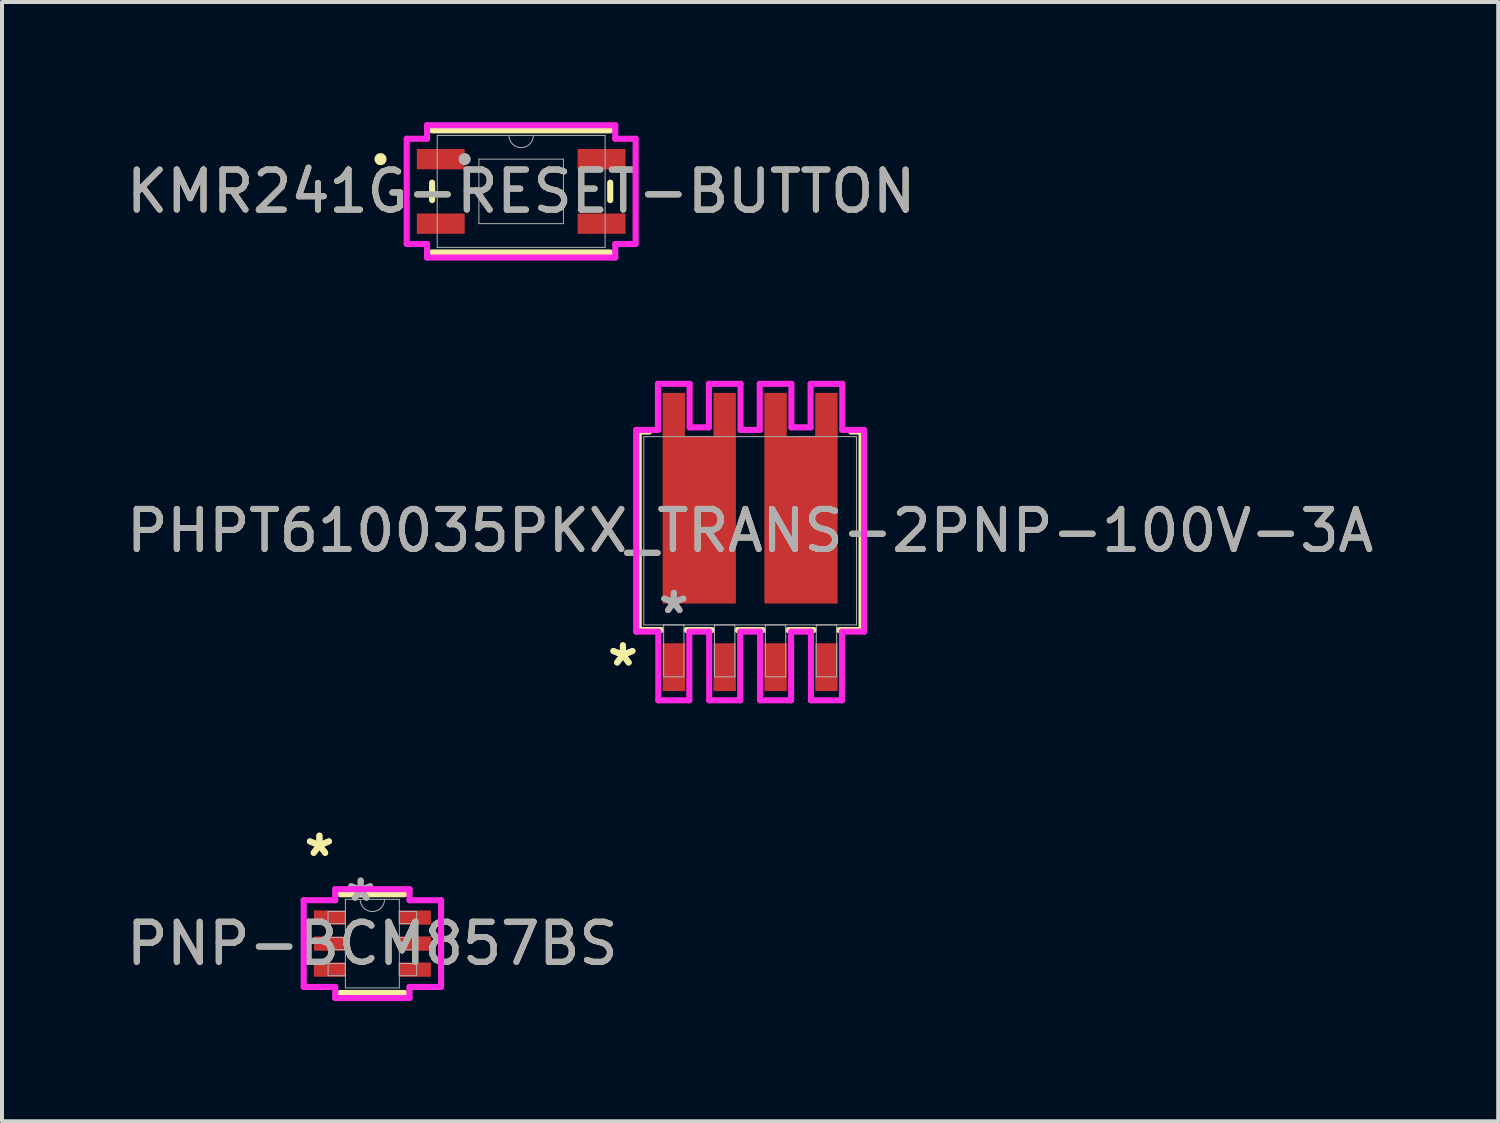
<source format=kicad_pcb>
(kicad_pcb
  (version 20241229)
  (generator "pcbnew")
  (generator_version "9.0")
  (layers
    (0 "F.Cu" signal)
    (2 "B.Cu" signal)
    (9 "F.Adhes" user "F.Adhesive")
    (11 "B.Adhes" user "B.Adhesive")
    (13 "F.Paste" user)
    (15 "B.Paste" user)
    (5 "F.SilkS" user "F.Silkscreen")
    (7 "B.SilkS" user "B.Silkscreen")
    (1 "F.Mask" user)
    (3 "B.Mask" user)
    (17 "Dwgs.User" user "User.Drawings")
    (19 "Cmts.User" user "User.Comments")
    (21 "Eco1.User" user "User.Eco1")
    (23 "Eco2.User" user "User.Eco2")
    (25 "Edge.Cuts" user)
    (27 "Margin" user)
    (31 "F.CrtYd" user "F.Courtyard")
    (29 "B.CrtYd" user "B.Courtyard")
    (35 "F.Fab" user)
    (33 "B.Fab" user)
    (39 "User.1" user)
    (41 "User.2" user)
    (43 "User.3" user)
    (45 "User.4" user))
  (footprint "PNP-BCM857BS"
    (layer "F.Cu")
    (at 6.244 20.502)
    (property "Reference" "PNP-BCM857BS" (at 0 0 0) (unlocked yes) (layer "F.SilkS") (effects (font (size 1 1) (thickness 0.15))))
    (attr smd)
    (fp_line (start -0.8 1.232) (end 0.8 1.232) (stroke (width 0.152) (type solid)) (layer "F.SilkS"))
    (fp_line (start 0.8 -1.232) (end -0.8 -1.232) (stroke (width 0.152) (type solid)) (layer "F.SilkS"))
    (fp_line (start -1.714 -1.082) (end -0.927 -1.082) (stroke (width 0.152) (type solid)) (layer "F.CrtYd"))
    (fp_line (start -1.714 1.082) (end -1.714 -1.082) (stroke (width 0.152) (type solid)) (layer "F.CrtYd"))
    (fp_line (start -1.714 1.082) (end -0.927 1.082) (stroke (width 0.152) (type solid)) (layer "F.CrtYd"))
    (fp_line (start -0.927 -1.359) (end 0.927 -1.359) (stroke (width 0.152) (type solid)) (layer "F.CrtYd"))
    (fp_line (start -0.927 -1.082) (end -0.927 -1.359) (stroke (width 0.152) (type solid)) (layer "F.CrtYd"))
    (fp_line (start -0.927 1.359) (end -0.927 1.082) (stroke (width 0.152) (type solid)) (layer "F.CrtYd"))
    (fp_line (start 0.927 -1.359) (end 0.927 -1.082) (stroke (width 0.152) (type solid)) (layer "F.CrtYd"))
    (fp_line (start 0.927 1.082) (end 0.927 1.359) (stroke (width 0.152) (type solid)) (layer "F.CrtYd"))
    (fp_line (start 0.927 1.359) (end -0.927 1.359) (stroke (width 0.152) (type solid)) (layer "F.CrtYd"))
    (fp_line (start 1.714 -1.082) (end 0.927 -1.082) (stroke (width 0.152) (type solid)) (layer "F.CrtYd"))
    (fp_line (start 1.714 -1.082) (end 1.714 1.082) (stroke (width 0.152) (type solid)) (layer "F.CrtYd"))
    (fp_line (start 1.714 1.082) (end 0.927 1.082) (stroke (width 0.152) (type solid)) (layer "F.CrtYd"))
    (fp_line (start -1.105 -0.802) (end -1.105 -0.498) (stroke (width 0.025) (type solid)) (layer "F.Fab"))
    (fp_line (start -1.105 -0.498) (end -0.673 -0.498) (stroke (width 0.025) (type solid)) (layer "F.Fab"))
    (fp_line (start -1.105 -0.152) (end -1.105 0.152) (stroke (width 0.025) (type solid)) (layer "F.Fab"))
    (fp_line (start -1.105 0.152) (end -0.673 0.152) (stroke (width 0.025) (type solid)) (layer "F.Fab"))
    (fp_line (start -1.105 0.498) (end -1.105 0.802) (stroke (width 0.025) (type solid)) (layer "F.Fab"))
    (fp_line (start -1.105 0.802) (end -0.673 0.802) (stroke (width 0.025) (type solid)) (layer "F.Fab"))
    (fp_line (start -0.673 -1.105) (end -0.673 1.105) (stroke (width 0.025) (type solid)) (layer "F.Fab"))
    (fp_line (start -0.673 -0.802) (end -1.105 -0.802) (stroke (width 0.025) (type solid)) (layer "F.Fab"))
    (fp_line (start -0.673 -0.498) (end -0.673 -0.802) (stroke (width 0.025) (type solid)) (layer "F.Fab"))
    (fp_line (start -0.673 -0.152) (end -1.105 -0.152) (stroke (width 0.025) (type solid)) (layer "F.Fab"))
    (fp_line (start -0.673 0.152) (end -0.673 -0.152) (stroke (width 0.025) (type solid)) (layer "F.Fab"))
    (fp_line (start -0.673 0.498) (end -1.105 0.498) (stroke (width 0.025) (type solid)) (layer "F.Fab"))
    (fp_line (start -0.673 0.802) (end -0.673 0.498) (stroke (width 0.025) (type solid)) (layer "F.Fab"))
    (fp_line (start -0.673 1.105) (end 0.673 1.105) (stroke (width 0.025) (type solid)) (layer "F.Fab"))
    (fp_line (start 0.673 -1.105) (end -0.673 -1.105) (stroke (width 0.025) (type solid)) (layer "F.Fab"))
    (fp_line (start 0.673 -0.802) (end 0.673 -0.498) (stroke (width 0.025) (type solid)) (layer "F.Fab"))
    (fp_line (start 0.673 -0.498) (end 1.105 -0.498) (stroke (width 0.025) (type solid)) (layer "F.Fab"))
    (fp_line (start 0.673 -0.152) (end 0.673 0.152) (stroke (width 0.025) (type solid)) (layer "F.Fab"))
    (fp_line (start 0.673 0.152) (end 1.105 0.152) (stroke (width 0.025) (type solid)) (layer "F.Fab"))
    (fp_line (start 0.673 0.498) (end 0.673 0.802) (stroke (width 0.025) (type solid)) (layer "F.Fab"))
    (fp_line (start 0.673 0.802) (end 1.105 0.802) (stroke (width 0.025) (type solid)) (layer "F.Fab"))
    (fp_line (start 0.673 1.105) (end 0.673 -1.105) (stroke (width 0.025) (type solid)) (layer "F.Fab"))
    (fp_line (start 1.105 -0.802) (end 0.673 -0.802) (stroke (width 0.025) (type solid)) (layer "F.Fab"))
    (fp_line (start 1.105 -0.498) (end 1.105 -0.802) (stroke (width 0.025) (type solid)) (layer "F.Fab"))
    (fp_line (start 1.105 -0.152) (end 0.673 -0.152) (stroke (width 0.025) (type solid)) (layer "F.Fab"))
    (fp_line (start 1.105 0.152) (end 1.105 -0.152) (stroke (width 0.025) (type solid)) (layer "F.Fab"))
    (fp_line (start 1.105 0.498) (end 0.673 0.498) (stroke (width 0.025) (type solid)) (layer "F.Fab"))
    (fp_line (start 1.105 0.802) (end 1.105 0.498) (stroke (width 0.025) (type solid)) (layer "F.Fab"))
    (fp_arc (start 0.3048 -1.1049) (mid 0 -0.8001) (end -0.3048 -1.1049) (stroke (width 0.0254) (type solid)) (layer "F.Fab"))
    (fp_text user "*" (at -1.321 -2.149 0) (layer "F.SilkS") (effects (font (size 1 1) (thickness 0.15))))
    (fp_text user "*" (at -1.321 -2.149 0) (unlocked yes) (layer "F.SilkS") (effects (font (size 1 1) (thickness 0.15))))
    (fp_text user "${REFERENCE}" (at 0 0 0) (unlocked yes) (layer "F.Fab") (effects (font (size 1 1) (thickness 0.15))))
    (fp_text user "*" (at -0.292 -1.029 0) (unlocked yes) (layer "F.Fab") (effects (font (size 1 1) (thickness 0.15))))
    (fp_text user "*" (at -0.292 -1.029 0) (layer "F.Fab") (effects (font (size 1 1) (thickness 0.15))))
    (pad "1" smd rect (at -1.067 -0.65) (size 0.787 0.356) (layers "F.Cu" "F.Mask" "F.Paste"))
    (pad "2" smd rect (at -1.067 0) (size 0.787 0.356) (layers "F.Cu" "F.Mask" "F.Paste"))
    (pad "3" smd rect (at -1.067 0.65) (size 0.787 0.356) (layers "F.Cu" "F.Mask" "F.Paste"))
    (pad "4" smd rect (at 1.067 0.65) (size 0.787 0.356) (layers "F.Cu" "F.Mask" "F.Paste"))
    (pad "5" smd rect (at 1.067 0) (size 0.787 0.356) (layers "F.Cu" "F.Mask" "F.Paste"))
    (pad "6" smd rect (at 1.067 -0.65) (size 0.787 0.356) (layers "F.Cu" "F.Mask" "F.Paste")))
  (footprint "PHPT610035PKX_TRANS-2PNP-100V-3A"
    (layer "F.Cu")
    (at 15.673 10.198)
    (property "Reference" "PHPT610035PKX_TRANS-2PNP-100V-3A" (at 0 0 0) (unlocked yes) (layer "F.SilkS") (effects (font (size 1 1) (thickness 0.15))))
    (attr smd)
    (fp_poly (pts (xy -2.184 1.816) (xy -0.356 1.816) (xy -0.356 -2.349) (xy -2.184 -2.349)) (stroke (width 0) (type solid)) (fill yes) (layer "F.Cu"))
    (fp_poly (pts (xy 0.356 1.816) (xy 2.184 1.816) (xy 2.184 -2.349) (xy 0.356 -2.349)) (stroke (width 0) (type solid)) (fill yes) (layer "F.Cu"))
    (fp_poly (pts (xy -2.184 1.816) (xy -0.356 1.816) (xy -0.356 -2.349) (xy -2.184 -2.349)) (stroke (width 0) (type solid)) (fill yes) (layer "F.Mask"))
    (fp_poly (pts (xy 0.356 1.816) (xy 2.184 1.816) (xy 2.184 -2.349) (xy 0.356 -2.349)) (stroke (width 0) (type solid)) (fill yes) (layer "F.Mask"))
    (fp_line (start -2.781 -2.477) (end -2.781 2.477) (stroke (width 0.152) (type solid)) (layer "F.SilkS"))
    (fp_line (start -2.781 2.477) (end -2.225 2.477) (stroke (width 0.152) (type solid)) (layer "F.SilkS"))
    (fp_line (start -2.517 -2.477) (end -2.781 -2.477) (stroke (width 0.152) (type solid)) (layer "F.SilkS"))
    (fp_line (start -1.585 2.477) (end -0.955 2.477) (stroke (width 0.152) (type solid)) (layer "F.SilkS"))
    (fp_line (start -0.315 2.477) (end 0.315 2.477) (stroke (width 0.152) (type solid)) (layer "F.SilkS"))
    (fp_line (start 0.955 2.477) (end 1.585 2.477) (stroke (width 0.152) (type solid)) (layer "F.SilkS"))
    (fp_line (start 2.225 2.477) (end 2.781 2.477) (stroke (width 0.152) (type solid)) (layer "F.SilkS"))
    (fp_line (start 2.781 -2.477) (end 2.517 -2.477) (stroke (width 0.152) (type solid)) (layer "F.SilkS"))
    (fp_line (start 2.781 2.477) (end 2.781 -2.477) (stroke (width 0.152) (type solid)) (layer "F.SilkS"))
    (fp_poly (pts (xy -2.184 1.816) (xy -0.356 1.816) (xy -0.356 -2.349) (xy -2.184 -2.349)) (stroke (width 0) (type solid)) (fill yes) (layer "F.Paste"))
    (fp_poly (pts (xy 0.356 1.816) (xy 2.184 1.816) (xy 2.184 -2.349) (xy 0.356 -2.349)) (stroke (width 0) (type solid)) (fill yes) (layer "F.Paste"))
    (fp_line (start -2.844 -2.518) (end -2.844 2.518) (stroke (width 0.152) (type solid)) (layer "F.CrtYd"))
    (fp_line (start -2.844 2.518) (end -2.292 2.518) (stroke (width 0.152) (type solid)) (layer "F.CrtYd"))
    (fp_line (start -2.3 -3.668) (end -2.3 -2.518) (stroke (width 0.152) (type solid)) (layer "F.CrtYd"))
    (fp_line (start -2.3 -2.518) (end -2.844 -2.518) (stroke (width 0.152) (type solid)) (layer "F.CrtYd"))
    (fp_line (start -2.292 2.518) (end -2.292 4.231) (stroke (width 0.152) (type solid)) (layer "F.CrtYd"))
    (fp_line (start -2.292 4.231) (end -1.518 4.231) (stroke (width 0.152) (type solid)) (layer "F.CrtYd"))
    (fp_line (start -1.518 2.518) (end -1.022 2.518) (stroke (width 0.152) (type solid)) (layer "F.CrtYd"))
    (fp_line (start -1.518 4.231) (end -1.518 2.518) (stroke (width 0.152) (type solid)) (layer "F.CrtYd"))
    (fp_line (start -1.51 -3.668) (end -2.3 -3.668) (stroke (width 0.152) (type solid)) (layer "F.CrtYd"))
    (fp_line (start -1.51 -2.582) (end -1.51 -3.668) (stroke (width 0.152) (type solid)) (layer "F.CrtYd"))
    (fp_line (start -1.03 -3.668) (end -1.03 -2.582) (stroke (width 0.152) (type solid)) (layer "F.CrtYd"))
    (fp_line (start -1.03 -2.582) (end -1.51 -2.582) (stroke (width 0.152) (type solid)) (layer "F.CrtYd"))
    (fp_line (start -1.022 2.518) (end -1.022 4.231) (stroke (width 0.152) (type solid)) (layer "F.CrtYd"))
    (fp_line (start -1.022 4.231) (end -0.248 4.231) (stroke (width 0.152) (type solid)) (layer "F.CrtYd"))
    (fp_line (start -0.248 2.518) (end 0.248 2.518) (stroke (width 0.152) (type solid)) (layer "F.CrtYd"))
    (fp_line (start -0.248 4.231) (end -0.248 2.518) (stroke (width 0.152) (type solid)) (layer "F.CrtYd"))
    (fp_line (start -0.24 -3.668) (end -1.03 -3.668) (stroke (width 0.152) (type solid)) (layer "F.CrtYd"))
    (fp_line (start -0.24 -2.518) (end -0.24 -3.668) (stroke (width 0.152) (type solid)) (layer "F.CrtYd"))
    (fp_line (start 0.24 -3.668) (end 0.24 -2.518) (stroke (width 0.152) (type solid)) (layer "F.CrtYd"))
    (fp_line (start 0.24 -2.518) (end -0.24 -2.518) (stroke (width 0.152) (type solid)) (layer "F.CrtYd"))
    (fp_line (start 0.248 2.518) (end 0.248 4.231) (stroke (width 0.152) (type solid)) (layer "F.CrtYd"))
    (fp_line (start 0.248 4.231) (end 1.022 4.231) (stroke (width 0.152) (type solid)) (layer "F.CrtYd"))
    (fp_line (start 1.022 2.518) (end 1.518 2.518) (stroke (width 0.152) (type solid)) (layer "F.CrtYd"))
    (fp_line (start 1.022 4.231) (end 1.022 2.518) (stroke (width 0.152) (type solid)) (layer "F.CrtYd"))
    (fp_line (start 1.03 -3.668) (end 0.24 -3.668) (stroke (width 0.152) (type solid)) (layer "F.CrtYd"))
    (fp_line (start 1.03 -2.582) (end 1.03 -3.668) (stroke (width 0.152) (type solid)) (layer "F.CrtYd"))
    (fp_line (start 1.51 -3.668) (end 1.51 -2.582) (stroke (width 0.152) (type solid)) (layer "F.CrtYd"))
    (fp_line (start 1.51 -2.582) (end 1.03 -2.582) (stroke (width 0.152) (type solid)) (layer "F.CrtYd"))
    (fp_line (start 1.518 2.518) (end 1.518 4.231) (stroke (width 0.152) (type solid)) (layer "F.CrtYd"))
    (fp_line (start 1.518 4.231) (end 2.292 4.231) (stroke (width 0.152) (type solid)) (layer "F.CrtYd"))
    (fp_line (start 2.292 2.518) (end 2.844 2.518) (stroke (width 0.152) (type solid)) (layer "F.CrtYd"))
    (fp_line (start 2.292 4.231) (end 2.292 2.518) (stroke (width 0.152) (type solid)) (layer "F.CrtYd"))
    (fp_line (start 2.3 -3.668) (end 1.51 -3.668) (stroke (width 0.152) (type solid)) (layer "F.CrtYd"))
    (fp_line (start 2.3 -2.518) (end 2.3 -3.668) (stroke (width 0.152) (type solid)) (layer "F.CrtYd"))
    (fp_line (start 2.844 2.518) (end 2.844 -2.518) (stroke (width 0.152) (type solid)) (layer "F.CrtYd"))
    (fp_line (start 2.844 -2.518) (end 2.3 -2.518) (stroke (width 0.152) (type solid)) (layer "F.CrtYd"))
    (fp_line (start -2.654 -2.349) (end -2.654 2.349) (stroke (width 0.025) (type solid)) (layer "F.Fab"))
    (fp_line (start -2.654 2.349) (end 2.654 2.349) (stroke (width 0.025) (type solid)) (layer "F.Fab"))
    (fp_line (start -2.159 2.349) (end -2.159 3.645) (stroke (width 0.025) (type solid)) (layer "F.Fab"))
    (fp_line (start -2.159 3.645) (end -1.651 3.645) (stroke (width 0.025) (type solid)) (layer "F.Fab"))
    (fp_line (start -1.651 2.349) (end -2.159 2.349) (stroke (width 0.025) (type solid)) (layer "F.Fab"))
    (fp_line (start -1.651 3.645) (end -1.651 2.349) (stroke (width 0.025) (type solid)) (layer "F.Fab"))
    (fp_line (start -0.889 2.349) (end -0.889 3.645) (stroke (width 0.025) (type solid)) (layer "F.Fab"))
    (fp_line (start -0.889 3.645) (end -0.381 3.645) (stroke (width 0.025) (type solid)) (layer "F.Fab"))
    (fp_line (start -0.381 2.349) (end -0.889 2.349) (stroke (width 0.025) (type solid)) (layer "F.Fab"))
    (fp_line (start -0.381 3.645) (end -0.381 2.349) (stroke (width 0.025) (type solid)) (layer "F.Fab"))
    (fp_line (start 0.381 2.349) (end 0.381 3.645) (stroke (width 0.025) (type solid)) (layer "F.Fab"))
    (fp_line (start 0.381 3.645) (end 0.889 3.645) (stroke (width 0.025) (type solid)) (layer "F.Fab"))
    (fp_line (start 0.889 2.349) (end 0.381 2.349) (stroke (width 0.025) (type solid)) (layer "F.Fab"))
    (fp_line (start 0.889 3.645) (end 0.889 2.349) (stroke (width 0.025) (type solid)) (layer "F.Fab"))
    (fp_line (start 1.651 2.349) (end 1.651 3.645) (stroke (width 0.025) (type solid)) (layer "F.Fab"))
    (fp_line (start 1.651 3.645) (end 2.159 3.645) (stroke (width 0.025) (type solid)) (layer "F.Fab"))
    (fp_line (start 2.159 2.349) (end 1.651 2.349) (stroke (width 0.025) (type solid)) (layer "F.Fab"))
    (fp_line (start 2.159 3.645) (end 2.159 2.349) (stroke (width 0.025) (type solid)) (layer "F.Fab"))
    (fp_line (start 2.654 -2.349) (end -2.654 -2.349) (stroke (width 0.025) (type solid)) (layer "F.Fab"))
    (fp_line (start 2.654 2.349) (end 2.654 -2.349) (stroke (width 0.025) (type solid)) (layer "F.Fab"))
    (fp_text user "*" (at -3.175 3.404 0) (layer "F.SilkS") (effects (font (size 1 1) (thickness 0.15))))
    (fp_text user "*" (at -3.175 3.404 0) (unlocked yes) (layer "F.SilkS") (effects (font (size 1 1) (thickness 0.15))))
    (fp_text user "*" (at -1.905 2.095 0) (unlocked yes) (layer "F.Fab") (effects (font (size 1 1) (thickness 0.15))))
    (fp_text user "*" (at -1.905 2.095 0) (layer "F.Fab") (effects (font (size 1 1) (thickness 0.15))))
    (fp_text user "${REFERENCE}" (at 0 0 0) (unlocked yes) (layer "F.Fab") (effects (font (size 1 1) (thickness 0.15))))
    (pad "1" smd rect (at -1.905 3.404) (size 0.559 1.194) (layers "F.Cu" "F.Mask" "F.Paste"))
    (pad "2" smd rect (at -0.635 3.404) (size 0.559 1.194) (layers "F.Cu" "F.Mask" "F.Paste"))
    (pad "3" smd rect (at 0.635 3.404) (size 0.559 1.194) (layers "F.Cu" "F.Mask" "F.Paste"))
    (pad "4" smd rect (at 1.905 3.404) (size 0.559 1.194) (layers "F.Cu" "F.Mask" "F.Paste"))
    (pad "5" smd rect (at 1.905 -2.896) (size 0.559 1.092) (layers "F.Cu" "F.Mask" "F.Paste"))
    (pad "6" smd rect (at 0.635 -2.896) (size 0.559 1.092) (layers "F.Cu" "F.Mask" "F.Paste"))
    (pad "7" smd rect (at -0.635 -2.896) (size 0.559 1.092) (layers "F.Cu" "F.Mask" "F.Paste"))
    (pad "8" smd rect (at -1.905 -2.896) (size 0.559 1.092) (layers "F.Cu" "F.Mask" "F.Paste")))
  (footprint "KMR241G-RESET-BUTTON"
    (layer "F.Cu")
    (at 9.958 1.727)
    (property "Reference" "KMR241G-RESET-BUTTON" (at 0 0 0) (unlocked yes) (layer "F.SilkS") (effects (font (size 1 1) (thickness 0.15))))
    (attr smd)
    (fp_line (start -2.223 -0.218) (end -2.223 0.218) (stroke (width 0.152) (type solid)) (layer "F.SilkS"))
    (fp_line (start -2.223 1.524) (end 2.223 1.524) (stroke (width 0.152) (type solid)) (layer "F.SilkS"))
    (fp_line (start 2.223 -1.524) (end -2.223 -1.524) (stroke (width 0.152) (type solid)) (layer "F.SilkS"))
    (fp_line (start 2.223 0.218) (end 2.223 -0.218) (stroke (width 0.152) (type solid)) (layer "F.SilkS"))
    (fp_circle (center -3.51 -0.805) (end -3.434 -0.805) (stroke (width 0.152) (type solid)) (fill no) (layer "F.SilkS"))
    (fp_line (start -2.857 -1.313) (end -2.349 -1.313) (stroke (width 0.152) (type solid)) (layer "F.CrtYd"))
    (fp_line (start -2.857 1.313) (end -2.857 -1.313) (stroke (width 0.152) (type solid)) (layer "F.CrtYd"))
    (fp_line (start -2.857 1.313) (end -2.349 1.313) (stroke (width 0.152) (type solid)) (layer "F.CrtYd"))
    (fp_line (start -2.349 -1.651) (end 2.349 -1.651) (stroke (width 0.152) (type solid)) (layer "F.CrtYd"))
    (fp_line (start -2.349 -1.313) (end -2.349 -1.651) (stroke (width 0.152) (type solid)) (layer "F.CrtYd"))
    (fp_line (start -2.349 1.651) (end -2.349 1.313) (stroke (width 0.152) (type solid)) (layer "F.CrtYd"))
    (fp_line (start 2.349 -1.651) (end 2.349 -1.313) (stroke (width 0.152) (type solid)) (layer "F.CrtYd"))
    (fp_line (start 2.349 1.313) (end 2.349 1.651) (stroke (width 0.152) (type solid)) (layer "F.CrtYd"))
    (fp_line (start 2.349 1.651) (end -2.349 1.651) (stroke (width 0.152) (type solid)) (layer "F.CrtYd"))
    (fp_line (start 2.857 -1.313) (end 2.349 -1.313) (stroke (width 0.152) (type solid)) (layer "F.CrtYd"))
    (fp_line (start 2.857 -1.313) (end 2.857 1.313) (stroke (width 0.152) (type solid)) (layer "F.CrtYd"))
    (fp_line (start 2.857 1.313) (end 2.349 1.313) (stroke (width 0.152) (type solid)) (layer "F.CrtYd"))
    (fp_line (start -2.095 -1.397) (end -2.095 1.397) (stroke (width 0.025) (type solid)) (layer "F.Fab"))
    (fp_line (start -2.095 1.397) (end 2.095 1.397) (stroke (width 0.025) (type solid)) (layer "F.Fab"))
    (fp_line (start -1.055 -0.805) (end 1.055 -0.805) (stroke (width 0.025) (type solid)) (layer "F.Fab"))
    (fp_line (start -1.055 0.805) (end -1.055 -0.805) (stroke (width 0.025) (type solid)) (layer "F.Fab"))
    (fp_line (start 1.055 -0.805) (end 1.055 0.805) (stroke (width 0.025) (type solid)) (layer "F.Fab"))
    (fp_line (start 1.055 0.805) (end -1.055 0.805) (stroke (width 0.025) (type solid)) (layer "F.Fab"))
    (fp_line (start 2.095 -1.397) (end -2.095 -1.397) (stroke (width 0.025) (type solid)) (layer "F.Fab"))
    (fp_line (start 2.095 1.397) (end 2.095 -1.397) (stroke (width 0.025) (type solid)) (layer "F.Fab"))
    (fp_arc (start 0.3048 -1.397) (mid 0 -1.0922) (end -0.3048 -1.397) (stroke (width 0.0254) (type solid)) (layer "F.Fab"))
    (fp_circle (center -1.41 -0.805) (end -1.41 -0.805) (stroke (width 0.152) (type solid)) (fill no) (layer "F.Fab"))
    (fp_text user "${REFERENCE}" (at 0 0 0) (unlocked yes) (layer "F.Fab") (effects (font (size 1 1) (thickness 0.15))))
    (pad "1" smd rect (at -2.007 -0.805) (size 1.194 0.508) (layers "F.Cu" "F.Mask" "F.Paste"))
    (pad "2" smd rect (at -2.007 0.805) (size 1.194 0.508) (layers "F.Cu" "F.Mask" "F.Paste"))
    (pad "3" smd rect (at 2.007 0.805) (size 1.194 0.508) (layers "F.Cu" "F.Mask" "F.Paste"))
    (pad "4" smd rect (at 2.007 -0.805) (size 1.194 0.508) (layers "F.Cu" "F.Mask" "F.Paste")))
  (gr_rect
    (start -3 -3)
    (end 34.345 24.937)
    (stroke (width 0.1) (type default))
    (fill no)
    (layer "Edge.Cuts")))
</source>
